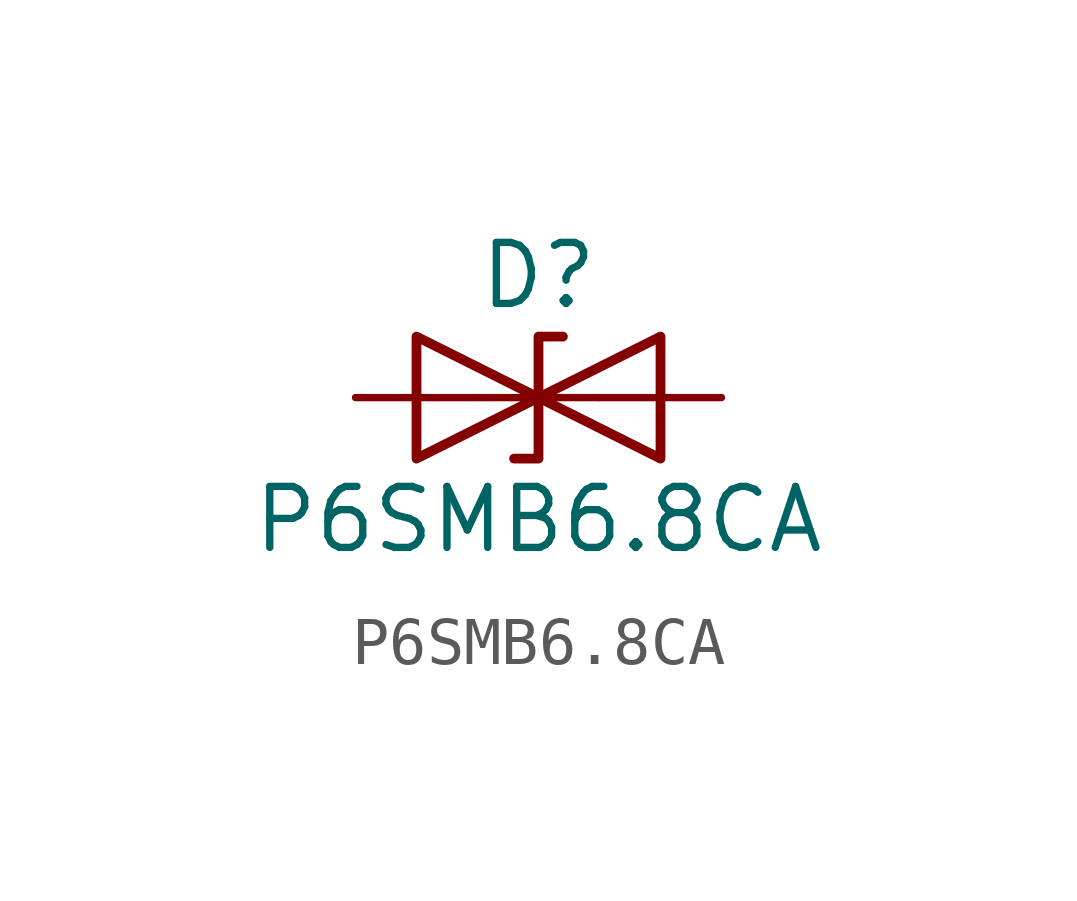
<source format=kicad_sym>
(kicad_symbol_lib
  (version 20220914)
  (generator kicad_symbol_editor)
  (symbol "P6SMB6.8CA"
    (pin_numbers hide)
    (pin_names
      (offset 1.016) hide)
    (property "Reference" "D"
      (at 0 2.54 0)
      (effects (font (size 1.27 1.27))))
    (property "Value" "P6SMB6.8CA"
      (at 0 -2.54 0)
      (effects (font (size 1.27 1.27))))
    (symbol "P6SMB6.8CA_0_1"
      (polyline (pts (xy 1.27 0) (xy -1.27 0)) (stroke (width 0) (type default)) (fill (type none)))
      (polyline (pts (xy -2.54 -1.27) (xy 0 0) (xy -2.54 1.27) (xy -2.54 -1.27)) (stroke (width 0.203) (type default)) (fill (type none)))
      (polyline (pts (xy 0.508 1.27) (xy 0 1.27) (xy 0 -1.27) (xy -0.508 -1.27)) (stroke (width 0.203) (type default)) (fill (type none)))
      (polyline (pts (xy 2.54 1.27) (xy 2.54 -1.27) (xy 0 0) (xy 2.54 1.27)) (stroke (width 0.203) (type default)) (fill (type none))))
    (symbol "P6SMB6.8CA_1_1"
      (pin passive line (at -3.81 0 0) (length 2.54) (name "A1" (effects (font (size 1.27 1.27)))) (number "1" (effects (font (size 1.27 1.27)))))
      (pin passive line (at 3.81 0 180) (length 2.54) (name "A2" (effects (font (size 1.27 1.27)))) (number "2" (effects (font (size 1.27 1.27))))))))
</source>
